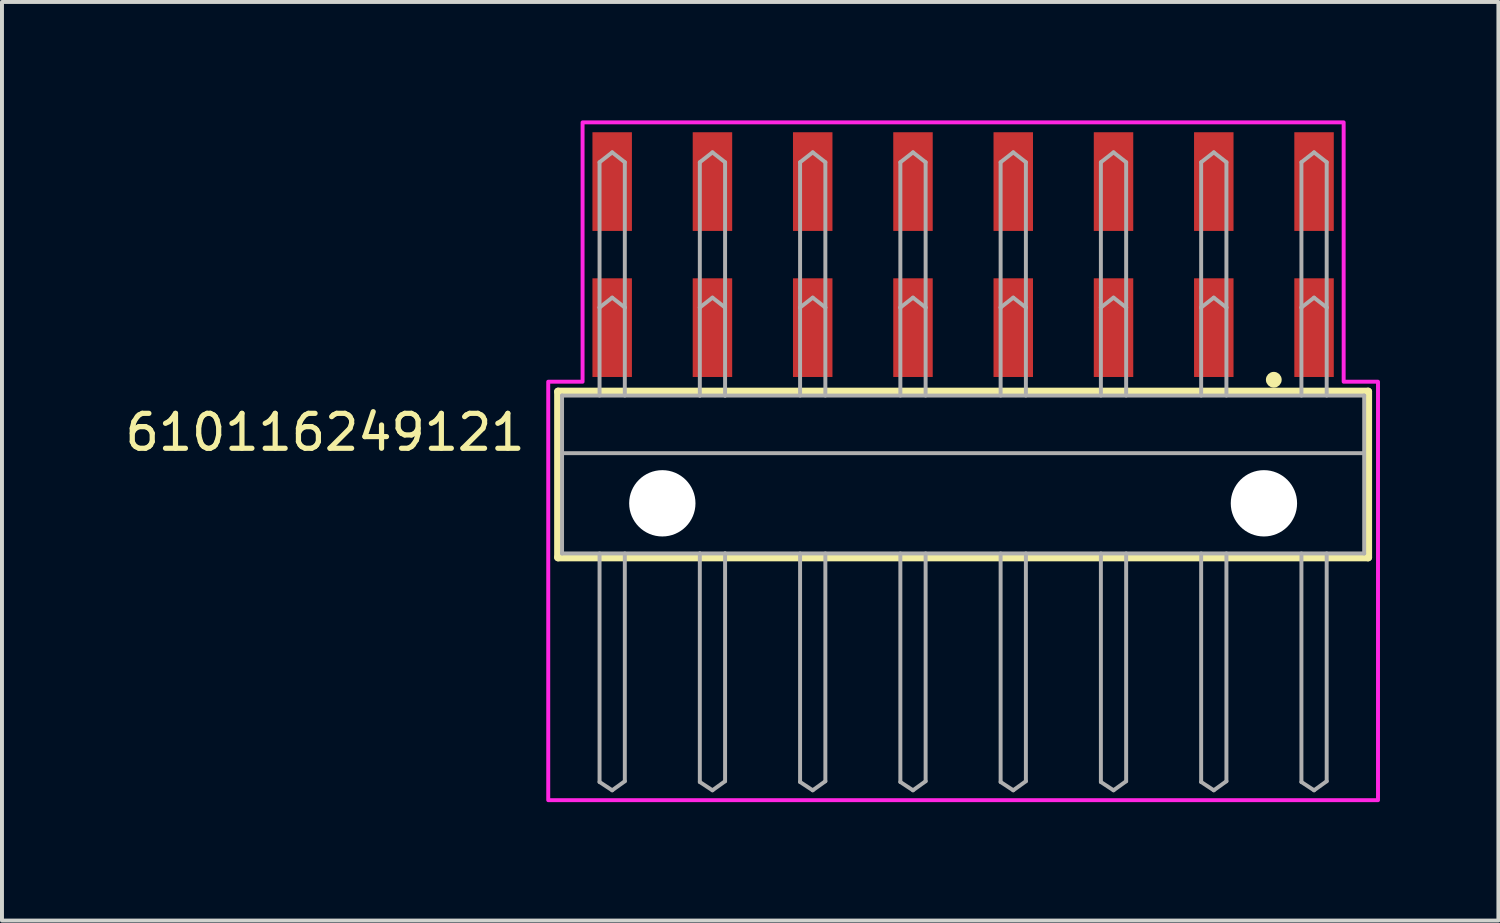
<source format=kicad_pcb>
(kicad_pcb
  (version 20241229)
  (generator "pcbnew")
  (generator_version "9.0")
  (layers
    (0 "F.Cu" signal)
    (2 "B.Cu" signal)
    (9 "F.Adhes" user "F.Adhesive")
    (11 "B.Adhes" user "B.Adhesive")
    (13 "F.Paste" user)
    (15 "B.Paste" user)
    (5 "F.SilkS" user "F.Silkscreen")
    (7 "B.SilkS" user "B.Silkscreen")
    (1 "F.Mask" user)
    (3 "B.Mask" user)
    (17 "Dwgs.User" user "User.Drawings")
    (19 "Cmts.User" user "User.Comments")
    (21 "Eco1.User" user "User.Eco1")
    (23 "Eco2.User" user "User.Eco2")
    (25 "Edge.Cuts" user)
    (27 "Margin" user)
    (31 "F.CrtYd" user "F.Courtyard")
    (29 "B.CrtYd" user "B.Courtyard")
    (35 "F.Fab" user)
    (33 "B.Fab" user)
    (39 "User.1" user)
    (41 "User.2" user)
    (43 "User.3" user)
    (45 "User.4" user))
  (footprint "610116249121"
    (layer "F.Cu")
    (at 21.348 9.7)
    (property "Reference" "610116249121" (at -11.026 -1.28 0) (unlocked yes) (layer "F.SilkS") (effects (font (size 0.884 0.884) (thickness 0.132)) (justify right bottom)))
    (fp_line (start -10.26 -2.83) (end 10.26 -2.83) (stroke (width 0.2) (type solid)) (layer "F.SilkS"))
    (fp_line (start -10.26 1.37) (end -10.26 -2.83) (stroke (width 0.2) (type solid)) (layer "F.SilkS"))
    (fp_line (start 10.26 -2.83) (end 10.26 1.37) (stroke (width 0.2) (type solid)) (layer "F.SilkS"))
    (fp_line (start 10.26 1.37) (end -10.26 1.37) (stroke (width 0.2) (type solid)) (layer "F.SilkS"))
    (fp_circle (center 7.87 -3.13) (end 7.97 -3.13) (stroke (width 0.2) (type solid)) (fill no) (layer "F.SilkS"))
    (fp_poly (pts (xy 9.64 -3.08) (xy 10.51 -3.08) (xy 10.51 7.52) (xy -10.51 7.52) (xy -10.51 -3.08) (xy -9.64 -3.08) (xy -9.64 -9.65) (xy 9.64 -9.65)) (stroke (width 0.1) (type default)) (fill no) (layer "F.CrtYd"))
    (fp_line (start -10.16 -2.73) (end -10.16 1.27) (stroke (width 0.1) (type solid)) (layer "F.Fab"))
    (fp_line (start -10.15 -1.27) (end 10.15 -1.27) (stroke (width 0.1) (type solid)) (layer "F.Fab"))
    (fp_line (start -9.21 -4.96) (end -9.21 -8.64) (stroke (width 0.1) (type solid)) (layer "F.Fab"))
    (fp_line (start -9.21 -2.73) (end -9.21 -4.96) (stroke (width 0.1) (type solid)) (layer "F.Fab"))
    (fp_line (start -9.21 1.27) (end -9.21 7.06) (stroke (width 0.1) (type solid)) (layer "F.Fab"))
    (fp_line (start -9.21 7.06) (end -8.89 7.27) (stroke (width 0.1) (type solid)) (layer "F.Fab"))
    (fp_line (start -8.89 -8.89) (end -9.21 -8.64) (stroke (width 0.1) (type solid)) (layer "F.Fab"))
    (fp_line (start -8.89 -8.89) (end -8.57 -8.64) (stroke (width 0.1) (type solid)) (layer "F.Fab"))
    (fp_line (start -8.89 -5.21) (end -9.21 -4.96) (stroke (width 0.1) (type solid)) (layer "F.Fab"))
    (fp_line (start -8.89 -5.21) (end -8.57 -4.96) (stroke (width 0.1) (type solid)) (layer "F.Fab"))
    (fp_line (start -8.89 7.27) (end -8.57 7.04) (stroke (width 0.1) (type solid)) (layer "F.Fab"))
    (fp_line (start -8.57 -8.64) (end -8.57 -4.96) (stroke (width 0.1) (type solid)) (layer "F.Fab"))
    (fp_line (start -8.57 -4.96) (end -8.57 -2.73) (stroke (width 0.1) (type solid)) (layer "F.Fab"))
    (fp_line (start -8.57 7.04) (end -8.57 1.27) (stroke (width 0.1) (type solid)) (layer "F.Fab"))
    (fp_line (start -6.67 -4.96) (end -6.67 -8.64) (stroke (width 0.1) (type solid)) (layer "F.Fab"))
    (fp_line (start -6.67 -2.73) (end -10.16 -2.73) (stroke (width 0.1) (type solid)) (layer "F.Fab"))
    (fp_line (start -6.67 -2.73) (end -6.67 -4.96) (stroke (width 0.1) (type solid)) (layer "F.Fab"))
    (fp_line (start -6.67 1.27) (end -10.16 1.27) (stroke (width 0.1) (type solid)) (layer "F.Fab"))
    (fp_line (start -6.67 1.27) (end -6.67 7.06) (stroke (width 0.1) (type solid)) (layer "F.Fab"))
    (fp_line (start -6.67 7.06) (end -6.35 7.27) (stroke (width 0.1) (type solid)) (layer "F.Fab"))
    (fp_line (start -6.35 -8.89) (end -6.67 -8.64) (stroke (width 0.1) (type solid)) (layer "F.Fab"))
    (fp_line (start -6.35 -8.89) (end -6.03 -8.64) (stroke (width 0.1) (type solid)) (layer "F.Fab"))
    (fp_line (start -6.35 -5.21) (end -6.67 -4.96) (stroke (width 0.1) (type solid)) (layer "F.Fab"))
    (fp_line (start -6.35 -5.21) (end -6.03 -4.96) (stroke (width 0.1) (type solid)) (layer "F.Fab"))
    (fp_line (start -6.35 7.27) (end -6.03 7.04) (stroke (width 0.1) (type solid)) (layer "F.Fab"))
    (fp_line (start -6.03 -8.64) (end -6.03 -4.96) (stroke (width 0.1) (type solid)) (layer "F.Fab"))
    (fp_line (start -6.03 -4.96) (end -6.03 -2.73) (stroke (width 0.1) (type solid)) (layer "F.Fab"))
    (fp_line (start -6.03 -2.73) (end -6.67 -2.73) (stroke (width 0.1) (type solid)) (layer "F.Fab"))
    (fp_line (start -6.03 1.27) (end -6.67 1.27) (stroke (width 0.1) (type solid)) (layer "F.Fab"))
    (fp_line (start -6.03 7.04) (end -6.03 1.27) (stroke (width 0.1) (type solid)) (layer "F.Fab"))
    (fp_line (start -4.13 -4.96) (end -4.13 -8.64) (stroke (width 0.1) (type solid)) (layer "F.Fab"))
    (fp_line (start -4.13 -2.73) (end -4.13 -4.96) (stroke (width 0.1) (type solid)) (layer "F.Fab"))
    (fp_line (start -4.13 1.27) (end -4.13 7.06) (stroke (width 0.1) (type solid)) (layer "F.Fab"))
    (fp_line (start -4.13 7.06) (end -3.81 7.27) (stroke (width 0.1) (type solid)) (layer "F.Fab"))
    (fp_line (start -3.81 -8.89) (end -4.13 -8.64) (stroke (width 0.1) (type solid)) (layer "F.Fab"))
    (fp_line (start -3.81 -8.89) (end -3.49 -8.64) (stroke (width 0.1) (type solid)) (layer "F.Fab"))
    (fp_line (start -3.81 -5.21) (end -4.13 -4.96) (stroke (width 0.1) (type solid)) (layer "F.Fab"))
    (fp_line (start -3.81 -5.21) (end -3.49 -4.96) (stroke (width 0.1) (type solid)) (layer "F.Fab"))
    (fp_line (start -3.81 7.27) (end -3.49 7.04) (stroke (width 0.1) (type solid)) (layer "F.Fab"))
    (fp_line (start -3.49 -8.64) (end -3.49 -4.96) (stroke (width 0.1) (type solid)) (layer "F.Fab"))
    (fp_line (start -3.49 -4.96) (end -3.49 -2.73) (stroke (width 0.1) (type solid)) (layer "F.Fab"))
    (fp_line (start -3.49 7.04) (end -3.49 1.27) (stroke (width 0.1) (type solid)) (layer "F.Fab"))
    (fp_line (start -1.59 -4.96) (end -1.59 -8.64) (stroke (width 0.1) (type solid)) (layer "F.Fab"))
    (fp_line (start -1.59 -2.73) (end -1.59 -4.96) (stroke (width 0.1) (type solid)) (layer "F.Fab"))
    (fp_line (start -1.59 1.27) (end -1.59 7.06) (stroke (width 0.1) (type solid)) (layer "F.Fab"))
    (fp_line (start -1.59 7.06) (end -1.27 7.27) (stroke (width 0.1) (type solid)) (layer "F.Fab"))
    (fp_line (start -1.27 -8.89) (end -1.59 -8.64) (stroke (width 0.1) (type solid)) (layer "F.Fab"))
    (fp_line (start -1.27 -8.89) (end -0.95 -8.64) (stroke (width 0.1) (type solid)) (layer "F.Fab"))
    (fp_line (start -1.27 -5.21) (end -1.59 -4.96) (stroke (width 0.1) (type solid)) (layer "F.Fab"))
    (fp_line (start -1.27 -5.21) (end -0.95 -4.96) (stroke (width 0.1) (type solid)) (layer "F.Fab"))
    (fp_line (start -1.27 7.27) (end -0.95 7.04) (stroke (width 0.1) (type solid)) (layer "F.Fab"))
    (fp_line (start -0.95 -8.64) (end -0.95 -4.96) (stroke (width 0.1) (type solid)) (layer "F.Fab"))
    (fp_line (start -0.95 -4.96) (end -0.95 -2.73) (stroke (width 0.1) (type solid)) (layer "F.Fab"))
    (fp_line (start -0.95 7.04) (end -0.95 1.27) (stroke (width 0.1) (type solid)) (layer "F.Fab"))
    (fp_line (start 0.95 -4.96) (end 0.95 -8.64) (stroke (width 0.1) (type solid)) (layer "F.Fab"))
    (fp_line (start 0.95 -2.73) (end 0.95 -4.96) (stroke (width 0.1) (type solid)) (layer "F.Fab"))
    (fp_line (start 0.95 1.27) (end 0.95 7.06) (stroke (width 0.1) (type solid)) (layer "F.Fab"))
    (fp_line (start 0.95 7.06) (end 1.27 7.27) (stroke (width 0.1) (type solid)) (layer "F.Fab"))
    (fp_line (start 1.27 -8.89) (end 0.95 -8.64) (stroke (width 0.1) (type solid)) (layer "F.Fab"))
    (fp_line (start 1.27 -8.89) (end 1.59 -8.64) (stroke (width 0.1) (type solid)) (layer "F.Fab"))
    (fp_line (start 1.27 -5.21) (end 0.95 -4.96) (stroke (width 0.1) (type solid)) (layer "F.Fab"))
    (fp_line (start 1.27 -5.21) (end 1.59 -4.96) (stroke (width 0.1) (type solid)) (layer "F.Fab"))
    (fp_line (start 1.27 7.27) (end 1.59 7.04) (stroke (width 0.1) (type solid)) (layer "F.Fab"))
    (fp_line (start 1.59 -8.64) (end 1.59 -4.96) (stroke (width 0.1) (type solid)) (layer "F.Fab"))
    (fp_line (start 1.59 -4.96) (end 1.59 -2.73) (stroke (width 0.1) (type solid)) (layer "F.Fab"))
    (fp_line (start 1.59 7.04) (end 1.59 1.27) (stroke (width 0.1) (type solid)) (layer "F.Fab"))
    (fp_line (start 3.49 -4.96) (end 3.49 -8.64) (stroke (width 0.1) (type solid)) (layer "F.Fab"))
    (fp_line (start 3.49 -2.73) (end 3.49 -4.96) (stroke (width 0.1) (type solid)) (layer "F.Fab"))
    (fp_line (start 3.49 1.27) (end 3.49 7.06) (stroke (width 0.1) (type solid)) (layer "F.Fab"))
    (fp_line (start 3.49 7.06) (end 3.81 7.27) (stroke (width 0.1) (type solid)) (layer "F.Fab"))
    (fp_line (start 3.81 -8.89) (end 3.49 -8.64) (stroke (width 0.1) (type solid)) (layer "F.Fab"))
    (fp_line (start 3.81 -8.89) (end 4.13 -8.64) (stroke (width 0.1) (type solid)) (layer "F.Fab"))
    (fp_line (start 3.81 -5.21) (end 3.49 -4.96) (stroke (width 0.1) (type solid)) (layer "F.Fab"))
    (fp_line (start 3.81 -5.21) (end 4.13 -4.96) (stroke (width 0.1) (type solid)) (layer "F.Fab"))
    (fp_line (start 3.81 7.27) (end 4.13 7.04) (stroke (width 0.1) (type solid)) (layer "F.Fab"))
    (fp_line (start 4.13 -8.64) (end 4.13 -4.96) (stroke (width 0.1) (type solid)) (layer "F.Fab"))
    (fp_line (start 4.13 -4.96) (end 4.13 -2.73) (stroke (width 0.1) (type solid)) (layer "F.Fab"))
    (fp_line (start 4.13 7.04) (end 4.13 1.27) (stroke (width 0.1) (type solid)) (layer "F.Fab"))
    (fp_line (start 6.03 -4.96) (end 6.03 -8.64) (stroke (width 0.1) (type solid)) (layer "F.Fab"))
    (fp_line (start 6.03 -2.73) (end 6.03 -4.96) (stroke (width 0.1) (type solid)) (layer "F.Fab"))
    (fp_line (start 6.03 1.27) (end 6.03 7.06) (stroke (width 0.1) (type solid)) (layer "F.Fab"))
    (fp_line (start 6.03 7.06) (end 6.35 7.27) (stroke (width 0.1) (type solid)) (layer "F.Fab"))
    (fp_line (start 6.35 -8.89) (end 6.03 -8.64) (stroke (width 0.1) (type solid)) (layer "F.Fab"))
    (fp_line (start 6.35 -8.89) (end 6.67 -8.64) (stroke (width 0.1) (type solid)) (layer "F.Fab"))
    (fp_line (start 6.35 -5.21) (end 6.03 -4.96) (stroke (width 0.1) (type solid)) (layer "F.Fab"))
    (fp_line (start 6.35 -5.21) (end 6.67 -4.96) (stroke (width 0.1) (type solid)) (layer "F.Fab"))
    (fp_line (start 6.35 7.27) (end 6.67 7.04) (stroke (width 0.1) (type solid)) (layer "F.Fab"))
    (fp_line (start 6.67 -8.64) (end 6.67 -4.96) (stroke (width 0.1) (type solid)) (layer "F.Fab"))
    (fp_line (start 6.67 -4.96) (end 6.67 -2.73) (stroke (width 0.1) (type solid)) (layer "F.Fab"))
    (fp_line (start 6.67 7.04) (end 6.67 1.27) (stroke (width 0.1) (type solid)) (layer "F.Fab"))
    (fp_line (start 8.57 -4.96) (end 8.57 -8.64) (stroke (width 0.1) (type solid)) (layer "F.Fab"))
    (fp_line (start 8.57 -2.73) (end 8.57 -4.96) (stroke (width 0.1) (type solid)) (layer "F.Fab"))
    (fp_line (start 8.57 1.27) (end 8.57 7.06) (stroke (width 0.1) (type solid)) (layer "F.Fab"))
    (fp_line (start 8.57 7.06) (end 8.89 7.27) (stroke (width 0.1) (type solid)) (layer "F.Fab"))
    (fp_line (start 8.89 -8.89) (end 8.57 -8.64) (stroke (width 0.1) (type solid)) (layer "F.Fab"))
    (fp_line (start 8.89 -8.89) (end 9.21 -8.64) (stroke (width 0.1) (type solid)) (layer "F.Fab"))
    (fp_line (start 8.89 -5.21) (end 8.57 -4.96) (stroke (width 0.1) (type solid)) (layer "F.Fab"))
    (fp_line (start 8.89 -5.21) (end 9.21 -4.96) (stroke (width 0.1) (type solid)) (layer "F.Fab"))
    (fp_line (start 8.89 7.27) (end 9.21 7.04) (stroke (width 0.1) (type solid)) (layer "F.Fab"))
    (fp_line (start 9.21 -8.64) (end 9.21 -4.96) (stroke (width 0.1) (type solid)) (layer "F.Fab"))
    (fp_line (start 9.21 -4.96) (end 9.21 -2.73) (stroke (width 0.1) (type solid)) (layer "F.Fab"))
    (fp_line (start 9.21 7.04) (end 9.21 1.27) (stroke (width 0.1) (type solid)) (layer "F.Fab"))
    (fp_line (start 10.16 -2.73) (end -6.03 -2.73) (stroke (width 0.1) (type solid)) (layer "F.Fab"))
    (fp_line (start 10.16 -2.73) (end 10.16 1.27) (stroke (width 0.1) (type solid)) (layer "F.Fab"))
    (fp_line (start 10.16 1.27) (end -6.03 1.27) (stroke (width 0.1) (type solid)) (layer "F.Fab"))
    (pad "" np_thru_hole circle (at -7.62 0) (size 1.68 1.68) (drill 1.68) (layers "*.Cu" "*.Mask"))
    (pad "" np_thru_hole circle (at 7.62 0) (size 1.68 1.68) (drill 1.68) (layers "*.Cu" "*.Mask"))
    (pad "1" smd rect (at 8.89 -4.45) (size 1 2.5) (layers "F.Cu" "F.Mask" "F.Paste"))
    (pad "2" smd rect (at 8.89 -8.15) (size 1 2.5) (layers "F.Cu" "F.Mask" "F.Paste"))
    (pad "3" smd rect (at 6.35 -4.45) (size 1 2.5) (layers "F.Cu" "F.Mask" "F.Paste"))
    (pad "4" smd rect (at 6.35 -8.15) (size 1 2.5) (layers "F.Cu" "F.Mask" "F.Paste"))
    (pad "5" smd rect (at 3.81 -4.45) (size 1 2.5) (layers "F.Cu" "F.Mask" "F.Paste"))
    (pad "6" smd rect (at 3.81 -8.15 180) (size 1 2.5) (layers "F.Cu" "F.Mask" "F.Paste"))
    (pad "7" smd rect (at 1.27 -4.45) (size 1 2.5) (layers "F.Cu" "F.Mask" "F.Paste"))
    (pad "8" smd rect (at 1.27 -8.15 180) (size 1 2.5) (layers "F.Cu" "F.Mask" "F.Paste"))
    (pad "9" smd rect (at -1.27 -4.45) (size 1 2.5) (layers "F.Cu" "F.Mask" "F.Paste"))
    (pad "10" smd rect (at -1.27 -8.15 180) (size 1 2.5) (layers "F.Cu" "F.Mask" "F.Paste"))
    (pad "11" smd rect (at -3.81 -4.45) (size 1 2.5) (layers "F.Cu" "F.Mask" "F.Paste"))
    (pad "12" smd rect (at -3.81 -8.15 180) (size 1 2.5) (layers "F.Cu" "F.Mask" "F.Paste"))
    (pad "13" smd rect (at -6.35 -4.45) (size 1 2.5) (layers "F.Cu" "F.Mask" "F.Paste"))
    (pad "14" smd rect (at -6.35 -8.15 180) (size 1 2.5) (layers "F.Cu" "F.Mask" "F.Paste"))
    (pad "15" smd rect (at -8.89 -4.45) (size 1 2.5) (layers "F.Cu" "F.Mask" "F.Paste"))
    (pad "16" smd rect (at -8.89 -8.15 180) (size 1 2.5) (layers "F.Cu" "F.Mask" "F.Paste")))
  (gr_rect
    (start -3 -3)
    (end 34.908 20.27)
    (stroke (width 0.1) (type default))
    (fill no)
    (layer "Edge.Cuts")))
</source>
